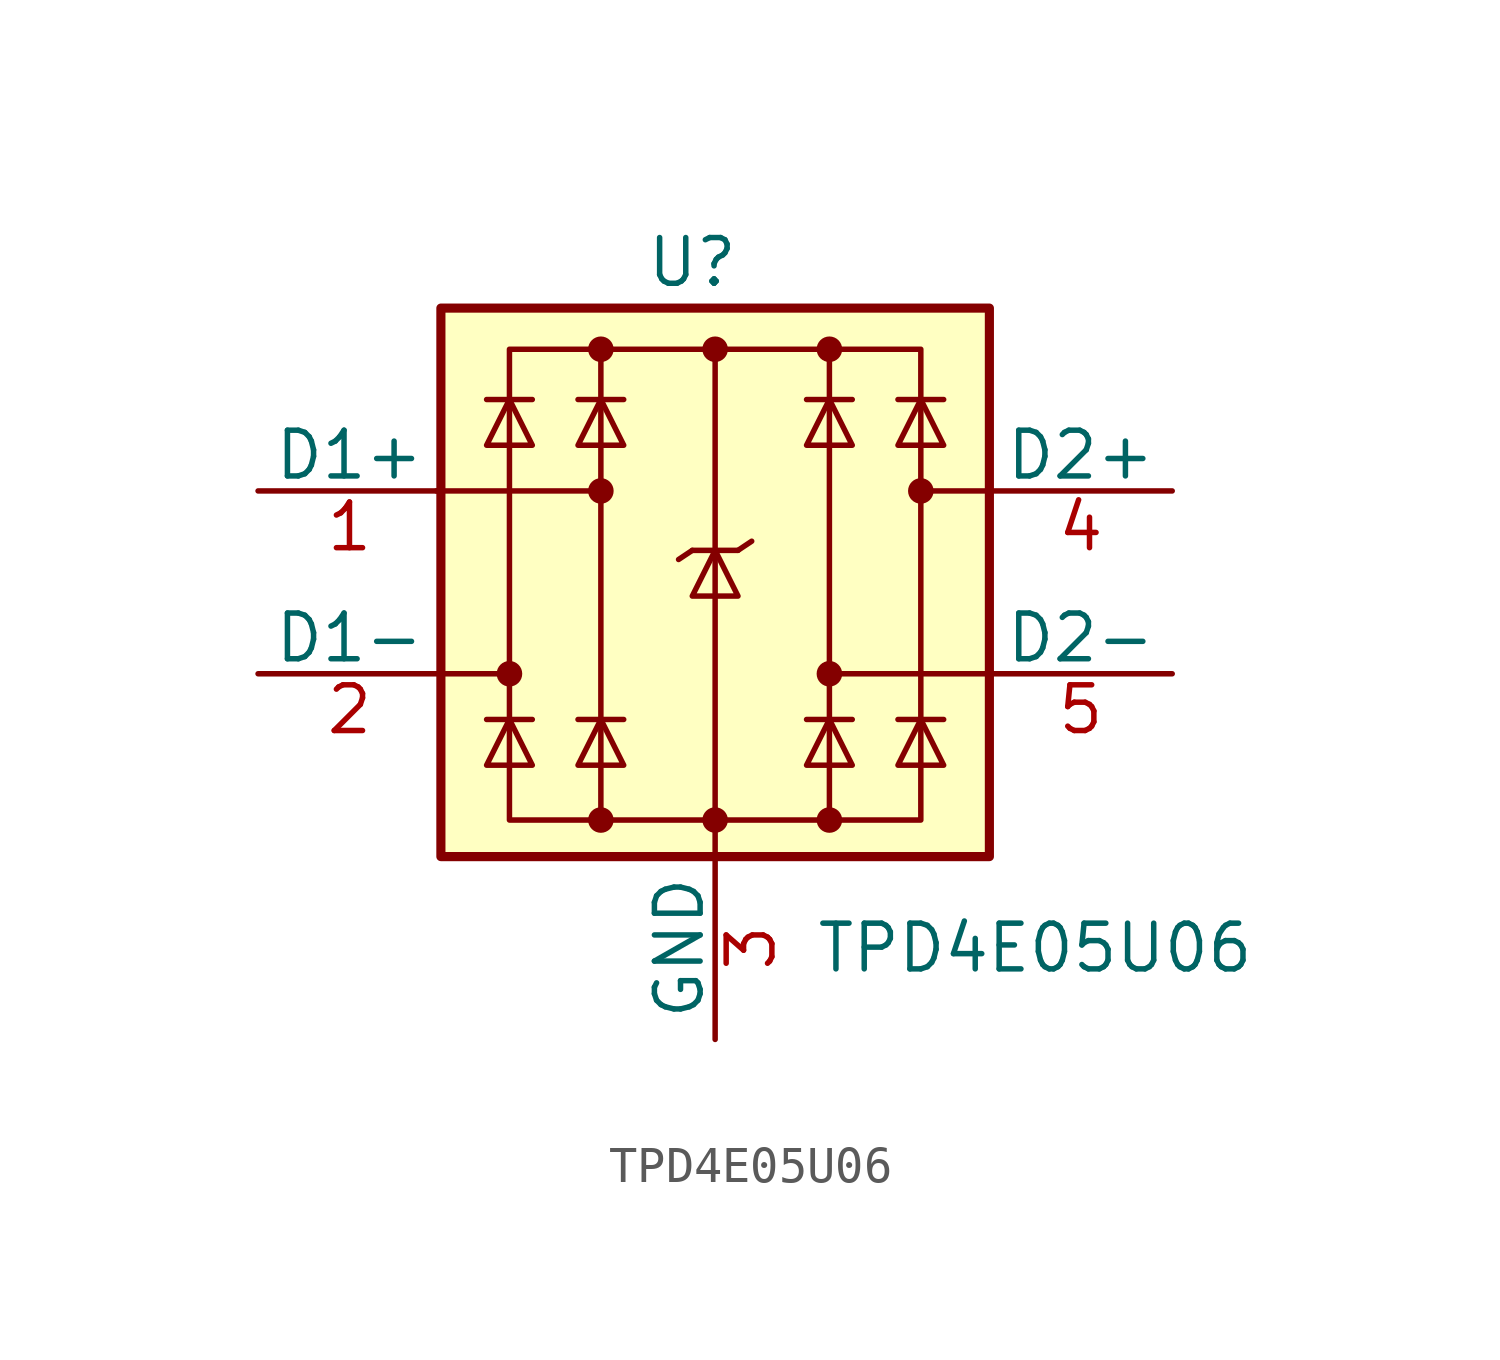
<source format=kicad_sym>
(kicad_symbol_lib
  (version 20200126)
  (host kicad_symbol_editor "(5.99.0-1839-gb83d64fc0)")
  (symbol "Power_Protection_RD:TPD4E05U06"
    (pin_names
      (offset 0))
    (property "Reference" "U"
      (at -0.635 8.89 0)
      (effects (font (size 1.27 1.27))))
    (property "Value" "TPD4E05U06"
      (at 8.89 -10.16 0)
      (effects (font (size 1.27 1.27))))
    (symbol "TPD4E05U06_0_1"
      (circle (center -5.715 -2.54) (radius 0.279) (stroke (width 0)) (fill (type outline)))
      (circle (center -3.175 -6.604) (radius 0.279) (stroke (width 0)) (fill (type outline)))
      (circle (center -3.175 2.54) (radius 0.279) (stroke (width 0)) (fill (type outline)))
      (circle (center -3.175 6.477) (radius 0.279) (stroke (width 0)) (fill (type outline)))
      (circle (center 0 -6.604) (radius 0.279) (stroke (width 0)) (fill (type outline)))
      (circle (center 0 6.477) (radius 0.279) (stroke (width 0)) (fill (type outline)))
      (circle (center 3.175 -6.604) (radius 0.279) (stroke (width 0)) (fill (type outline)))
      (circle (center 3.175 -2.54) (radius 0.279) (stroke (width 0)) (fill (type outline)))
      (circle (center 3.175 6.477) (radius 0.279) (stroke (width 0)) (fill (type outline)))
      (circle (center 5.715 2.54) (radius 0.279) (stroke (width 0)) (fill (type outline)))
      (rectangle (start -7.62 7.62) (end 7.62 -7.62) (stroke (width 0.254)) (fill (type background)))
      (polyline (pts (xy -7.747 2.54) (xy -3.175 2.54)) (stroke (width 0)) (fill (type none)))
      (polyline (pts (xy -7.62 -2.54) (xy -5.715 -2.54)) (stroke (width 0)) (fill (type none)))
      (polyline (pts (xy -5.08 -3.81) (xy -6.35 -3.81)) (stroke (width 0)) (fill (type none)))
      (polyline (pts (xy -5.08 5.08) (xy -6.35 5.08)) (stroke (width 0)) (fill (type none)))
      (polyline (pts (xy -2.54 -3.81) (xy -3.81 -3.81)) (stroke (width 0)) (fill (type none)))
      (polyline (pts (xy -2.54 5.08) (xy -3.81 5.08)) (stroke (width 0)) (fill (type none)))
      (polyline (pts (xy -0.635 0.889) (xy -1.016 0.635)) (stroke (width 0)) (fill (type none)))
      (polyline (pts (xy 0 -6.604) (xy 0 -7.62)) (stroke (width 0)) (fill (type none)))
      (polyline (pts (xy 0.635 0.889) (xy -0.635 0.889)) (stroke (width 0)) (fill (type none)))
      (polyline (pts (xy 0.635 0.889) (xy 1.016 1.143)) (stroke (width 0)) (fill (type none)))
      (polyline (pts (xy 3.81 -3.81) (xy 2.54 -3.81)) (stroke (width 0)) (fill (type none)))
      (polyline (pts (xy 3.81 5.08) (xy 2.54 5.08)) (stroke (width 0)) (fill (type none)))
      (polyline (pts (xy 6.35 -3.81) (xy 5.08 -3.81)) (stroke (width 0)) (fill (type none)))
      (polyline (pts (xy 6.35 5.08) (xy 5.08 5.08)) (stroke (width 0)) (fill (type none)))
      (polyline (pts (xy 7.62 -2.54) (xy 3.175 -2.54)) (stroke (width 0)) (fill (type none)))
      (polyline (pts (xy 7.62 2.54) (xy 5.715 2.54)) (stroke (width 0)) (fill (type none)))
      (polyline (pts (xy -5.08 -5.08) (xy -6.35 -5.08) (xy -5.715 -3.81) (xy -5.08 -5.08)) (stroke (width 0)) (fill (type none)))
      (polyline (pts (xy -5.08 3.81) (xy -6.35 3.81) (xy -5.715 5.08) (xy -5.08 3.81)) (stroke (width 0)) (fill (type none)))
      (polyline (pts (xy -2.54 -5.08) (xy -3.81 -5.08) (xy -3.175 -3.81) (xy -2.54 -5.08)) (stroke (width 0)) (fill (type none)))
      (polyline (pts (xy -2.54 3.81) (xy -3.81 3.81) (xy -3.175 5.08) (xy -2.54 3.81)) (stroke (width 0)) (fill (type none)))
      (polyline (pts (xy 0.635 -0.381) (xy -0.635 -0.381) (xy 0 0.889) (xy 0.635 -0.381)) (stroke (width 0)) (fill (type none)))
      (polyline (pts (xy 3.81 -5.08) (xy 2.54 -5.08) (xy 3.175 -3.81) (xy 3.81 -5.08)) (stroke (width 0)) (fill (type none)))
      (polyline (pts (xy 3.81 3.81) (xy 2.54 3.81) (xy 3.175 5.08) (xy 3.81 3.81)) (stroke (width 0)) (fill (type none)))
      (polyline (pts (xy 6.35 -5.08) (xy 5.08 -5.08) (xy 5.715 -3.81) (xy 6.35 -5.08)) (stroke (width 0)) (fill (type none)))
      (polyline (pts (xy 6.35 3.81) (xy 5.08 3.81) (xy 5.715 5.08) (xy 6.35 3.81)) (stroke (width 0)) (fill (type none))))
    (symbol "TPD4E05U06_0_0"
      (rectangle (start -5.715 6.477) (end 5.715 -6.604) (stroke (width 0)) (fill (type none)))
      (polyline (pts (xy -3.175 -6.604) (xy -3.175 6.477)) (stroke (width 0)) (fill (type none)))
      (polyline (pts (xy 0 6.477) (xy 0 -6.604)) (stroke (width 0)) (fill (type none)))
      (polyline (pts (xy 3.175 6.477) (xy 3.175 -6.604)) (stroke (width 0)) (fill (type none)))
      (pin passive line (at -12.7 2.54 0) (length 5.08) hide (name "D1+" (effects (font (size 1.27 1.27)))) (number "10" (effects (font (size 1.27 1.27)))))
      (pin passive line (at -12.7 -2.54 0) (length 5.08) hide (name "D1-" (effects (font (size 1.27 1.27)))) (number "9" (effects (font (size 1.27 1.27)))))
      (pin passive line (at 0 -12.7 90) (length 5.08) hide (name "GND" (effects (font (size 1.27 1.27)))) (number "8" (effects (font (size 1.27 1.27)))))
      (pin passive line (at 12.7 2.54 180) (length 5.08) hide (name "D2+" (effects (font (size 1.27 1.27)))) (number "7" (effects (font (size 1.27 1.27)))))
      (pin passive line (at 12.7 -2.54 180) (length 5.08) hide (name "D2-" (effects (font (size 1.27 1.27)))) (number "6" (effects (font (size 1.27 1.27)))))
      (pin passive line (at 12.7 2.54 180) (length 5.08) (name "D2+" (effects (font (size 1.27 1.27)))) (number "4" (effects (font (size 1.27 1.27))))))
    (symbol "TPD4E05U06_1_1"
      (pin passive line (at -12.7 2.54 0) (length 5.08) (name "D1+" (effects (font (size 1.27 1.27)))) (number "1" (effects (font (size 1.27 1.27)))))
      (pin passive line (at -12.7 -2.54 0) (length 5.08) (name "D1-" (effects (font (size 1.27 1.27)))) (number "2" (effects (font (size 1.27 1.27)))))
      (pin power_in line (at 0 -12.7 90) (length 5.08) (name "GND" (effects (font (size 1.27 1.27)))) (number "3" (effects (font (size 1.27 1.27)))))
      (pin passive line (at 12.7 -2.54 180) (length 5.08) (name "D2-" (effects (font (size 1.27 1.27)))) (number "5" (effects (font (size 1.27 1.27))))))))
</source>
